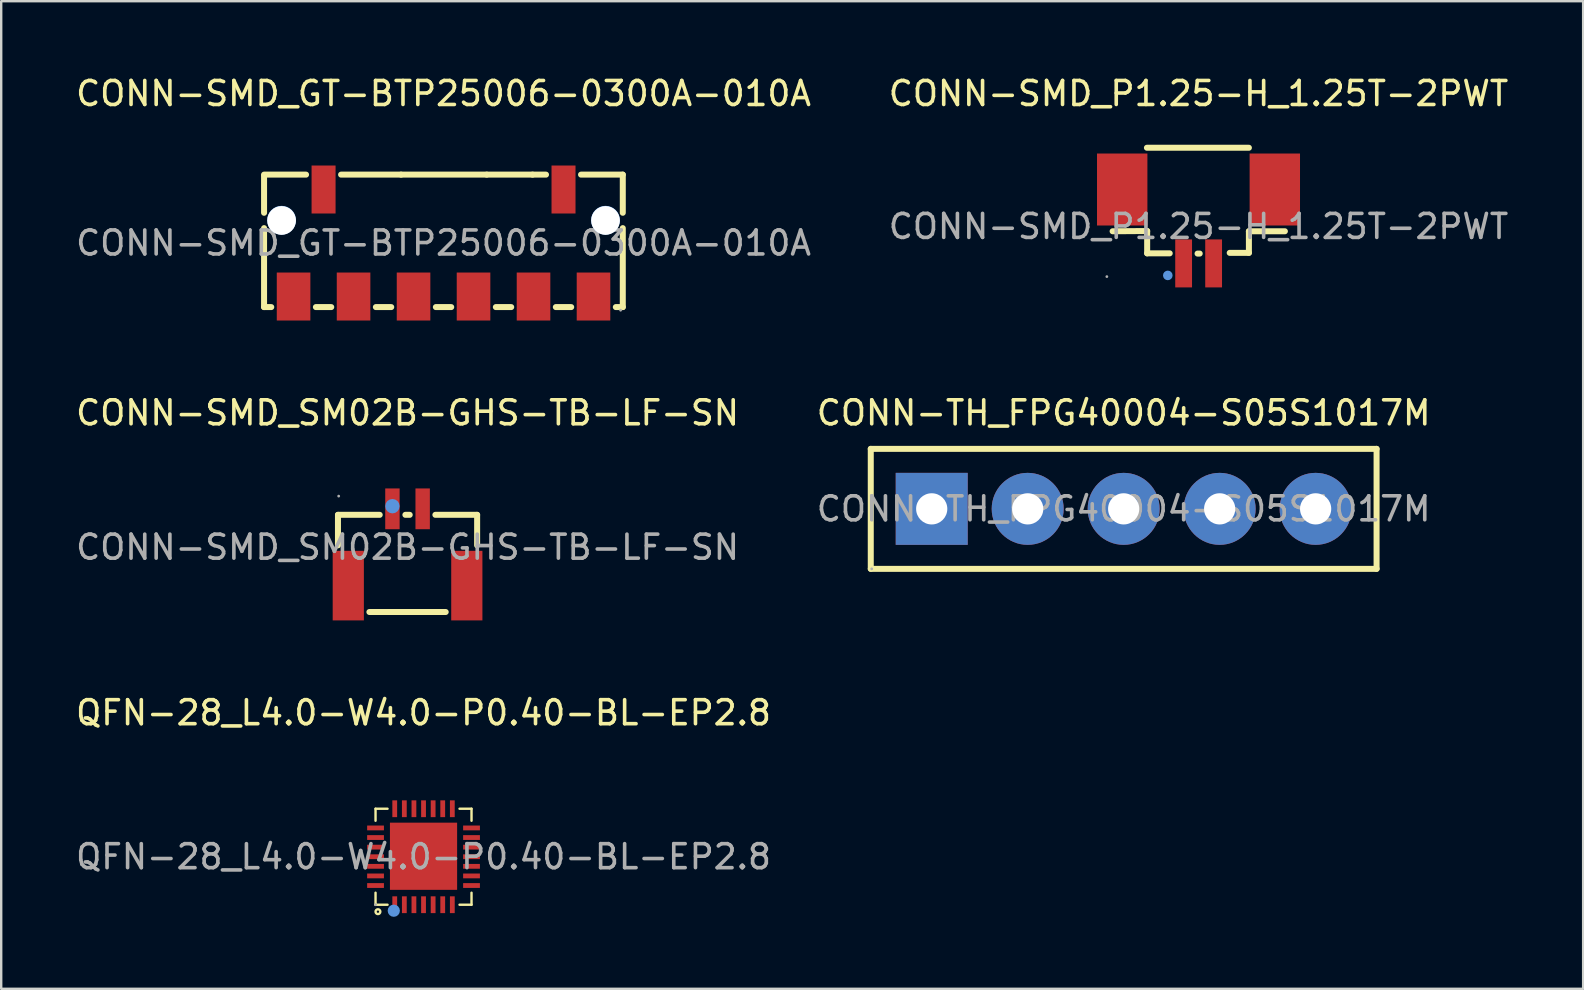
<source format=kicad_pcb>
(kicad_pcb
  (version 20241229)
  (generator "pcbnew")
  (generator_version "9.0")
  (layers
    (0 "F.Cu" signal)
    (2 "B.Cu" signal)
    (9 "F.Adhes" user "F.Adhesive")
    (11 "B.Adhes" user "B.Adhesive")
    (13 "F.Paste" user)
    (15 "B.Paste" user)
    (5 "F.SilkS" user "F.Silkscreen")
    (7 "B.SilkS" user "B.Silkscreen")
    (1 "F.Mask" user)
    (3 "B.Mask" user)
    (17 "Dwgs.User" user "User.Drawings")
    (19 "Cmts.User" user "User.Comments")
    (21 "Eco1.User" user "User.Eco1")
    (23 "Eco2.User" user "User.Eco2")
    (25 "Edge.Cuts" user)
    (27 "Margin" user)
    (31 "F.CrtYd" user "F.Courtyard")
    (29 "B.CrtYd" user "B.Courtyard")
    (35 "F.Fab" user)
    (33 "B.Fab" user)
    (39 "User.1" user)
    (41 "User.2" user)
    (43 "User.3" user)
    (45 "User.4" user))
  (footprint "QFN-28_L4.0-W4.0-P0.40-BL-EP2.8"
    (layer "F.Cu")
    (at 14.601 32.655)
    (property "Reference" "QFN-28_L4.0-W4.0-P0.40-BL-EP2.8" (at 0 -6 0) (layer "F.SilkS") (effects (font (size 1 1) (thickness 0.15))))
    (attr smd)
    (fp_line (start -2 -2) (end -1.5 -2) (stroke (width 0.1) (type solid)) (layer "F.SilkS"))
    (fp_line (start -2 -1.5) (end -2 -2) (stroke (width 0.1) (type solid)) (layer "F.SilkS"))
    (fp_line (start -2 2) (end -2 1.5) (stroke (width 0.1) (type solid)) (layer "F.SilkS"))
    (fp_line (start -1.5 2) (end -2 2) (stroke (width 0.1) (type solid)) (layer "F.SilkS"))
    (fp_line (start 1.5 -2) (end 2 -2) (stroke (width 0.1) (type solid)) (layer "F.SilkS"))
    (fp_line (start 2 -2) (end 2 -1.5) (stroke (width 0.1) (type solid)) (layer "F.SilkS"))
    (fp_line (start 2 1.5) (end 2 2) (stroke (width 0.1) (type solid)) (layer "F.SilkS"))
    (fp_line (start 2 2) (end 1.5 2) (stroke (width 0.1) (type solid)) (layer "F.SilkS"))
    (fp_circle (center -1.9 2.29) (end -1.8 2.29) (stroke (width 0.1) (type solid)) (fill no) (layer "F.SilkS"))
    (fp_circle (center -1.24 2.25) (end -1.11 2.25) (stroke (width 0.25) (type solid)) (fill no) (layer "Cmts.User"))
    (fp_circle (center -2 2) (end -1.97 2) (stroke (width 0.06) (type solid)) (fill no) (layer "F.Fab"))
    (fp_text user "${REFERENCE}" (at 0 0 0) (layer "F.Fab") (effects (font (size 1 1) (thickness 0.15))))
    (pad "1" smd rect (at -1.2 2) (size 0.2 0.7) (layers "F.Cu" "F.Mask" "F.Paste"))
    (pad "2" smd rect (at -0.8 2) (size 0.2 0.7) (layers "F.Cu" "F.Mask" "F.Paste"))
    (pad "3" smd rect (at -0.4 2) (size 0.2 0.7) (layers "F.Cu" "F.Mask" "F.Paste"))
    (pad "4" smd rect (at 0 2) (size 0.2 0.7) (layers "F.Cu" "F.Mask" "F.Paste"))
    (pad "5" smd rect (at 0.4 2) (size 0.2 0.7) (layers "F.Cu" "F.Mask" "F.Paste"))
    (pad "6" smd rect (at 0.8 2) (size 0.2 0.7) (layers "F.Cu" "F.Mask" "F.Paste"))
    (pad "7" smd rect (at 1.2 2) (size 0.2 0.7) (layers "F.Cu" "F.Mask" "F.Paste"))
    (pad "8" smd rect (at 2 1.2) (size 0.7 0.2) (layers "F.Cu" "F.Mask" "F.Paste"))
    (pad "9" smd rect (at 2 0.8) (size 0.7 0.2) (layers "F.Cu" "F.Mask" "F.Paste"))
    (pad "10" smd rect (at 2 0.4) (size 0.7 0.2) (layers "F.Cu" "F.Mask" "F.Paste"))
    (pad "11" smd rect (at 2 0) (size 0.7 0.2) (layers "F.Cu" "F.Mask" "F.Paste"))
    (pad "12" smd rect (at 2 -0.4) (size 0.7 0.2) (layers "F.Cu" "F.Mask" "F.Paste"))
    (pad "13" smd rect (at 2 -0.8) (size 0.7 0.2) (layers "F.Cu" "F.Mask" "F.Paste"))
    (pad "14" smd rect (at 2 -1.2) (size 0.7 0.2) (layers "F.Cu" "F.Mask" "F.Paste"))
    (pad "15" smd rect (at 1.2 -2) (size 0.2 0.7) (layers "F.Cu" "F.Mask" "F.Paste"))
    (pad "16" smd rect (at 0.8 -2) (size 0.2 0.7) (layers "F.Cu" "F.Mask" "F.Paste"))
    (pad "17" smd rect (at 0.4 -2) (size 0.2 0.7) (layers "F.Cu" "F.Mask" "F.Paste"))
    (pad "18" smd rect (at 0 -2) (size 0.2 0.7) (layers "F.Cu" "F.Mask" "F.Paste"))
    (pad "19" smd rect (at -0.4 -2) (size 0.2 0.7) (layers "F.Cu" "F.Mask" "F.Paste"))
    (pad "20" smd rect (at -0.8 -2) (size 0.2 0.7) (layers "F.Cu" "F.Mask" "F.Paste"))
    (pad "21" smd rect (at -1.2 -2) (size 0.2 0.7) (layers "F.Cu" "F.Mask" "F.Paste"))
    (pad "22" smd rect (at -2 -1.2) (size 0.7 0.2) (layers "F.Cu" "F.Mask" "F.Paste"))
    (pad "23" smd rect (at -2 -0.8) (size 0.7 0.2) (layers "F.Cu" "F.Mask" "F.Paste"))
    (pad "24" smd rect (at -2 -0.4) (size 0.7 0.2) (layers "F.Cu" "F.Mask" "F.Paste"))
    (pad "25" smd rect (at -2 0) (size 0.7 0.2) (layers "F.Cu" "F.Mask" "F.Paste"))
    (pad "26" smd rect (at -2 0.4) (size 0.7 0.2) (layers "F.Cu" "F.Mask" "F.Paste"))
    (pad "27" smd rect (at -2 0.8) (size 0.7 0.2) (layers "F.Cu" "F.Mask" "F.Paste"))
    (pad "28" smd rect (at -2 1.2) (size 0.7 0.2) (layers "F.Cu" "F.Mask" "F.Paste"))
    (pad "29" smd rect (at 0 -0.02) (size 2.8 2.8) (layers "F.Cu" "F.Mask" "F.Paste")))
  (footprint "CONN-SMD_GT-BTP25006-0300A-010A"
    (layer "F.Cu")
    (at 15.435 7.078)
    (property "Reference" "CONN-SMD_GT-BTP25006-0300A-010A" (at 0 -6.23 0) (layer "F.SilkS") (effects (font (size 1 1) (thickness 0.15))))
    (attr smd)
    (fp_line (start -7.48 -1.26) (end -7.48 -2.79) (stroke (width 0.25) (type solid)) (layer "F.SilkS"))
    (fp_line (start -7.48 2.67) (end -7.48 -0.62) (stroke (width 0.25) (type solid)) (layer "F.SilkS"))
    (fp_line (start -7.18 2.67) (end -7.48 2.67) (stroke (width 0.25) (type solid)) (layer "F.SilkS"))
    (fp_line (start -5.73 -2.85) (end -7.48 -2.85) (stroke (width 0.25) (type solid)) (layer "F.SilkS"))
    (fp_line (start -4.68 2.67) (end -5.32 2.67) (stroke (width 0.25) (type solid)) (layer "F.SilkS"))
    (fp_line (start -2.18 2.67) (end -2.82 2.67) (stroke (width 0.25) (type solid)) (layer "F.SilkS"))
    (fp_line (start -1.77 -2.85) (end -4.27 -2.85) (stroke (width 0.25) (type solid)) (layer "F.SilkS"))
    (fp_line (start 0.32 2.67) (end -0.32 2.67) (stroke (width 0.25) (type solid)) (layer "F.SilkS"))
    (fp_line (start 1.8 -2.85) (end -1.77 -2.85) (stroke (width 0.25) (type solid)) (layer "F.SilkS"))
    (fp_line (start 2.82 2.67) (end 2.18 2.67) (stroke (width 0.25) (type solid)) (layer "F.SilkS"))
    (fp_line (start 3.71 -2.85) (end 1.8 -2.85) (stroke (width 0.25) (type solid)) (layer "F.SilkS"))
    (fp_line (start 3.71 -2.85) (end 4.27 -2.85) (stroke (width 0.25) (type solid)) (layer "F.SilkS"))
    (fp_line (start 5.32 2.67) (end 4.68 2.67) (stroke (width 0.25) (type solid)) (layer "F.SilkS"))
    (fp_line (start 5.73 -2.85) (end 7.47 -2.85) (stroke (width 0.25) (type solid)) (layer "F.SilkS"))
    (fp_line (start 7.47 -2.85) (end 7.47 -1.26) (stroke (width 0.25) (type solid)) (layer "F.SilkS"))
    (fp_line (start 7.47 -0.62) (end 7.47 2.67) (stroke (width 0.25) (type solid)) (layer "F.SilkS"))
    (fp_line (start 7.47 2.67) (end 7.18 2.67) (stroke (width 0.25) (type solid)) (layer "F.SilkS"))
    (fp_circle (center -6.75 -0.95) (end -6.45 -0.95) (stroke (width 0.6) (type solid)) (fill no) (layer "Cmts.User"))
    (fp_circle (center 6.75 -0.95) (end 7.05 -0.95) (stroke (width 0.6) (type solid)) (fill no) (layer "Cmts.User"))
    (fp_circle (center 7.38 2.8) (end 7.41 2.8) (stroke (width 0.06) (type solid)) (fill no) (layer "F.Fab"))
    (fp_text user "${REFERENCE}" (at 0 0 0) (layer "F.Fab") (effects (font (size 1 1) (thickness 0.15))))
    (pad "" np_thru_hole circle (at -6.75 -0.94) (size 1.2 1.2) (drill 1.2) (layers "*.Cu" "*.Mask"))
    (pad "" np_thru_hole circle (at 6.75 -0.94) (size 1.2 1.2) (drill 1.2) (layers "*.Cu" "*.Mask"))
    (pad "1" smd rect (at 6.25 2.23 270) (size 2 1.4) (layers "F.Cu" "F.Mask" "F.Paste"))
    (pad "2" smd rect (at 3.75 2.23 270) (size 2 1.4) (layers "F.Cu" "F.Mask" "F.Paste"))
    (pad "3" smd rect (at 1.25 2.23 270) (size 2 1.4) (layers "F.Cu" "F.Mask" "F.Paste"))
    (pad "4" smd rect (at -1.25 2.23 270) (size 2 1.4) (layers "F.Cu" "F.Mask" "F.Paste"))
    (pad "5" smd rect (at -3.75 2.23 270) (size 2 1.4) (layers "F.Cu" "F.Mask" "F.Paste"))
    (pad "6" smd rect (at -6.25 2.23 270) (size 2 1.4) (layers "F.Cu" "F.Mask" "F.Paste"))
    (pad "7" smd rect (at -5 -2.23 270) (size 2 1) (layers "F.Cu" "F.Mask" "F.Paste"))
    (pad "8" smd rect (at 5 -2.23 270) (size 2 1) (layers "F.Cu" "F.Mask" "F.Paste")))
  (footprint "CONN-TH_FPG40004-S05S1017M"
    (layer "F.Cu")
    (at 43.78 18.157)
    (property "Reference" "CONN-TH_FPG40004-S05S1017M" (at 0 -4 0) (layer "F.SilkS") (effects (font (size 1 1) (thickness 0.15))))
    (attr through_hole)
    (fp_line (start -10.54 -2.5) (end -10.54 2.5) (stroke (width 0.25) (type solid)) (layer "F.SilkS"))
    (fp_line (start -10.54 -2.5) (end 10.54 -2.5) (stroke (width 0.25) (type solid)) (layer "F.SilkS"))
    (fp_line (start -10.54 2.5) (end 10.54 2.5) (stroke (width 0.25) (type solid)) (layer "F.SilkS"))
    (fp_line (start 10.54 -2.5) (end 10.54 2.5) (stroke (width 0.25) (type solid)) (layer "F.SilkS"))
    (fp_circle (center -10.5 2.5) (end -10.47 2.5) (stroke (width 0.06) (type solid)) (fill no) (layer "F.Fab"))
    (fp_circle (center -8 0) (end -7.75 0) (stroke (width 0.5) (type solid)) (fill no) (layer "F.Fab"))
    (fp_circle (center -4 0) (end -3.75 0) (stroke (width 0.5) (type solid)) (fill no) (layer "F.Fab"))
    (fp_circle (center 0 0) (end 0.25 0) (stroke (width 0.5) (type solid)) (fill no) (layer "F.Fab"))
    (fp_circle (center 4 0) (end 4.25 0) (stroke (width 0.5) (type solid)) (fill no) (layer "F.Fab"))
    (fp_circle (center 8 0) (end 8.25 0) (stroke (width 0.5) (type solid)) (fill no) (layer "F.Fab"))
    (fp_text user "${REFERENCE}" (at 0 0 0) (layer "F.Fab") (effects (font (size 1 1) (thickness 0.15))))
    (pad "1" thru_hole rect (at -8 0) (size 3 3) (drill 1.3) (layers "*.Cu" "*.Mask"))
    (pad "2" thru_hole circle (at -4 0) (size 3 3) (drill 1.3) (layers "*.Cu" "*.Mask"))
    (pad "3" thru_hole circle (at 0 0) (size 3 3) (drill 1.3) (layers "*.Cu" "*.Mask"))
    (pad "4" thru_hole circle (at 4 0) (size 3 3) (drill 1.3) (layers "*.Cu" "*.Mask"))
    (pad "5" thru_hole circle (at 8 0) (size 3 3) (drill 1.3) (layers "*.Cu" "*.Mask")))
  (footprint "CONN-SMD_SM02B-GHS-TB-LF-SN"
    (layer "F.Cu")
    (at 13.935 19.756)
    (property "Reference" "CONN-SMD_SM02B-GHS-TB-LF-SN" (at 0 -5.6 0) (layer "F.SilkS") (effects (font (size 1 1) (thickness 0.15))))
    (attr smd)
    (fp_line (start -2.9 -1.35) (end -2.9 -0.08) (stroke (width 0.25) (type solid)) (layer "F.SilkS"))
    (fp_line (start -2.9 -1.35) (end -1.16 -1.35) (stroke (width 0.25) (type solid)) (layer "F.SilkS"))
    (fp_line (start -1.59 2.7) (end 1.59 2.7) (stroke (width 0.25) (type solid)) (layer "F.SilkS"))
    (fp_line (start -0.09 -1.35) (end 0.09 -1.35) (stroke (width 0.25) (type solid)) (layer "F.SilkS"))
    (fp_line (start 1.16 -1.35) (end 2.9 -1.35) (stroke (width 0.25) (type solid)) (layer "F.SilkS"))
    (fp_line (start 2.9 -1.35) (end 2.9 -0.08) (stroke (width 0.25) (type solid)) (layer "F.SilkS"))
    (fp_circle (center -0.63 -1.71) (end -0.48 -1.71) (stroke (width 0.3) (type solid)) (fill no) (layer "Cmts.User"))
    (fp_circle (center -2.87 -2.13) (end -2.84 -2.13) (stroke (width 0.06) (type solid)) (fill no) (layer "F.Fab"))
    (fp_text user "${REFERENCE}" (at 0 0 0) (layer "F.Fab") (effects (font (size 1 1) (thickness 0.15))))
    (pad "1" smd rect (at -0.63 -1.6) (size 0.6 1.7) (layers "F.Cu" "F.Mask" "F.Paste"))
    (pad "2" smd rect (at 0.63 -1.6) (size 0.6 1.7) (layers "F.Cu" "F.Mask" "F.Paste"))
    (pad "3" smd rect (at 2.47 1.6) (size 1.3 2.9) (layers "F.Cu" "F.Mask" "F.Paste"))
    (pad "4" smd rect (at -2.47 1.6) (size 1.3 2.9) (layers "F.Cu" "F.Mask" "F.Paste")))
  (footprint "CONN-SMD_P1.25-H_1.25T-2PWT"
    (layer "F.Cu")
    (at 46.899 6.388)
    (property "Reference" "CONN-SMD_P1.25-H_1.25T-2PWT" (at 0 -5.54 0) (layer "F.SilkS") (effects (font (size 1 1) (thickness 0.15))))
    (attr smd)
    (fp_line (start -2.15 -3.28) (end 2.1 -3.28) (stroke (width 0.25) (type solid)) (layer "F.SilkS"))
    (fp_line (start -2.14 0.19) (end -3.58 0.2) (stroke (width 0.25) (type solid)) (layer "F.SilkS"))
    (fp_line (start -2.14 1.12) (end -2.14 0.19) (stroke (width 0.25) (type solid)) (layer "F.SilkS"))
    (fp_line (start -1.2 1.12) (end -2.14 1.12) (stroke (width 0.25) (type solid)) (layer "F.SilkS"))
    (fp_line (start 0.05 1.13) (end -0.04 1.13) (stroke (width 0.25) (type solid)) (layer "F.SilkS"))
    (fp_line (start 1.3 1.1) (end 2.1 1.1) (stroke (width 0.25) (type solid)) (layer "F.SilkS"))
    (fp_line (start 2.1 0.2) (end 3.6 0.2) (stroke (width 0.25) (type solid)) (layer "F.SilkS"))
    (fp_line (start 2.1 1.1) (end 2.1 0.2) (stroke (width 0.25) (type solid)) (layer "F.SilkS"))
    (fp_circle (center -1.28 2.04) (end -1.18 2.04) (stroke (width 0.2) (type solid)) (fill no) (layer "Cmts.User"))
    (fp_circle (center -3.82 2.09) (end -3.79 2.09) (stroke (width 0.06) (type solid)) (fill no) (layer "F.Fab"))
    (fp_text user "${REFERENCE}" (at 0 0 0) (layer "F.Fab") (effects (font (size 1 1) (thickness 0.15))))
    (pad "1" smd rect (at -0.62 1.54) (size 0.7 2) (layers "F.Cu" "F.Mask" "F.Paste"))
    (pad "2" smd rect (at 0.63 1.54) (size 0.7 2) (layers "F.Cu" "F.Mask" "F.Paste"))
    (pad "3" smd rect (at 3.18 -1.54) (size 2.1 3) (layers "F.Cu" "F.Mask" "F.Paste"))
    (pad "4" smd rect (at -3.18 -1.54) (size 2.1 3) (layers "F.Cu" "F.Mask" "F.Paste")))
  (gr_rect
    (start -3 -3)
    (end 62.929 38.16)
    (stroke (width 0.1) (type default))
    (fill no)
    (layer "Edge.Cuts")))
</source>
